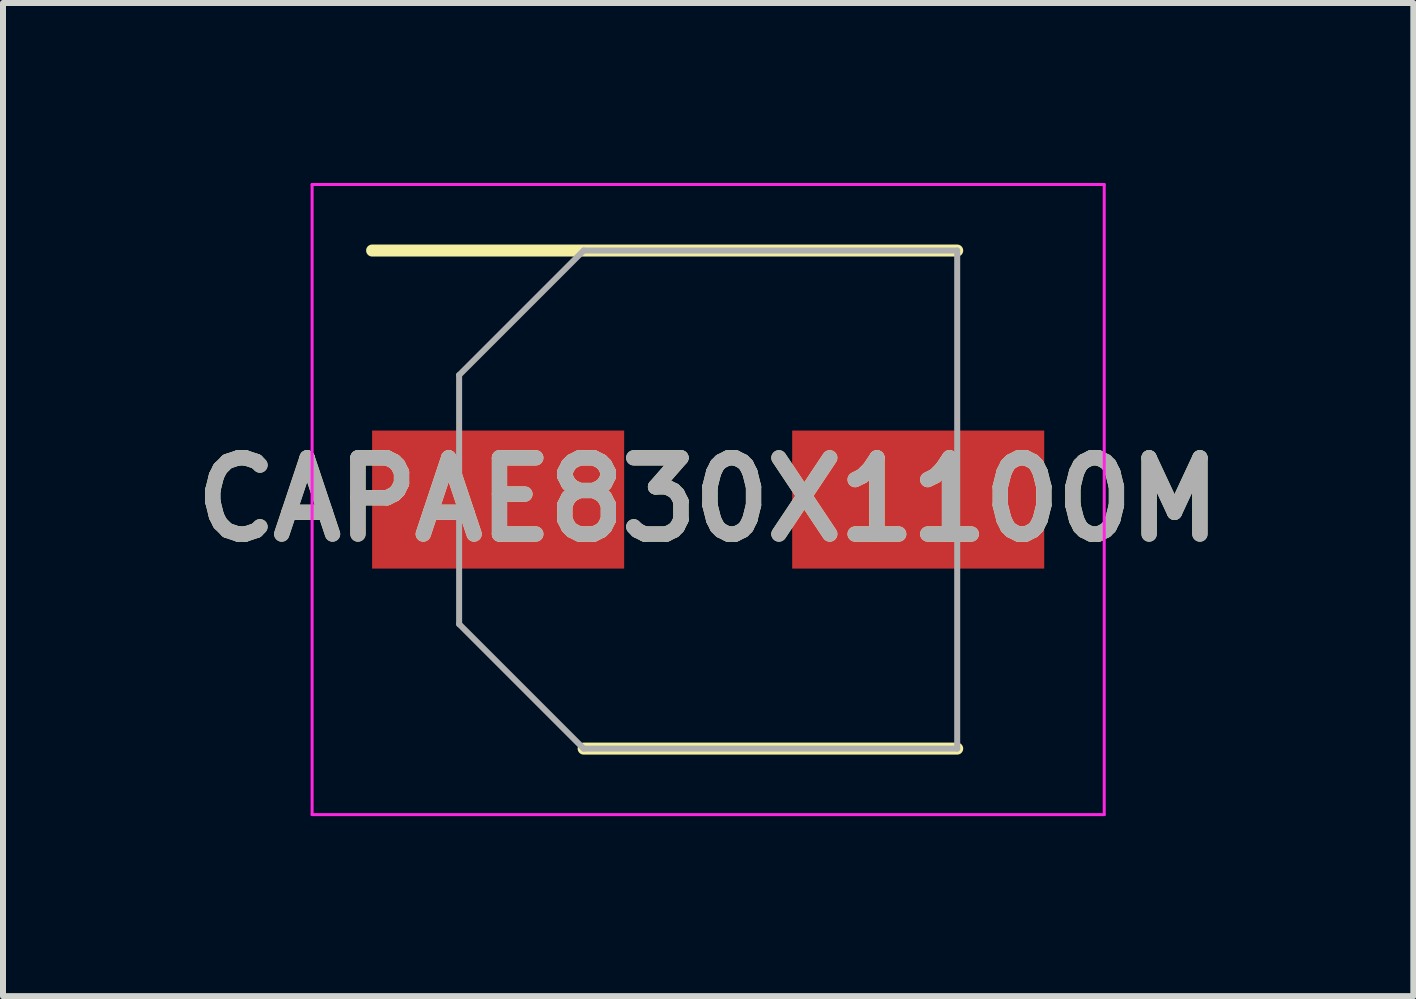
<source format=kicad_pcb>
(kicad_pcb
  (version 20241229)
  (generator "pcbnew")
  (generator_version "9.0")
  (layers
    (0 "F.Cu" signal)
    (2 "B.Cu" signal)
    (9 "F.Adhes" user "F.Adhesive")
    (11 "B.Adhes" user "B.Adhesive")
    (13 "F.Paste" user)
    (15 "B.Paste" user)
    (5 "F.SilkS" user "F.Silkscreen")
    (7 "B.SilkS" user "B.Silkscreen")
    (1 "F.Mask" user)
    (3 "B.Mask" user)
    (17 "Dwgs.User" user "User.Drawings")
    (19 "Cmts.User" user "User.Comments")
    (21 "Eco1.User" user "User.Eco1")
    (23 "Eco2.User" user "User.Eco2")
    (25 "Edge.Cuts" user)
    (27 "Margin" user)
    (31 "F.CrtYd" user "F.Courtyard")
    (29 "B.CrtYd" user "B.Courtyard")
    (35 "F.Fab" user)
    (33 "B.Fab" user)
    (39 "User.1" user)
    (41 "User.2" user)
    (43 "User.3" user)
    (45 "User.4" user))
  (footprint "CAPAE830X1100M"
    (layer "F.Cu")
    (at 8.751 5.275)
    (property "Reference" "CAPAE830X1100M" (at 0 0 0) (layer "F.SilkS") (effects (font (size 1.27 1.27) (thickness 0.254))))
    (attr smd)
    (fp_line (start -5.6 -4.15) (end 4.15 -4.15) (stroke (width 0.2) (type solid)) (layer "F.SilkS"))
    (fp_line (start -2.075 4.15) (end 4.15 4.15) (stroke (width 0.2) (type solid)) (layer "F.SilkS"))
    (fp_line (start -6.6 -5.25) (end 6.6 -5.25) (stroke (width 0.05) (type solid)) (layer "F.CrtYd"))
    (fp_line (start -6.6 5.25) (end -6.6 -5.25) (stroke (width 0.05) (type solid)) (layer "F.CrtYd"))
    (fp_line (start 6.6 -5.25) (end 6.6 5.25) (stroke (width 0.05) (type solid)) (layer "F.CrtYd"))
    (fp_line (start 6.6 5.25) (end -6.6 5.25) (stroke (width 0.05) (type solid)) (layer "F.CrtYd"))
    (fp_line (start -4.15 -2.075) (end -4.15 2.075) (stroke (width 0.1) (type solid)) (layer "F.Fab"))
    (fp_line (start -4.15 2.075) (end -2.075 4.15) (stroke (width 0.1) (type solid)) (layer "F.Fab"))
    (fp_line (start -2.075 -4.15) (end -4.15 -2.075) (stroke (width 0.1) (type solid)) (layer "F.Fab"))
    (fp_line (start -2.075 4.15) (end 4.15 4.15) (stroke (width 0.1) (type solid)) (layer "F.Fab"))
    (fp_line (start 4.15 -4.15) (end -2.075 -4.15) (stroke (width 0.1) (type solid)) (layer "F.Fab"))
    (fp_line (start 4.15 4.15) (end 4.15 -4.15) (stroke (width 0.1) (type solid)) (layer "F.Fab"))
    (fp_text user "${REFERENCE}" (at 0 0 0) (layer "F.Fab") (effects (font (size 1.27 1.27) (thickness 0.254))))
    (pad "1" smd rect (at -3.5 0 90) (size 2.3 4.2) (layers "F.Cu" "F.Mask" "F.Paste"))
    (pad "2" smd rect (at 3.5 0 90) (size 2.3 4.2) (layers "F.Cu" "F.Mask" "F.Paste")))
  (gr_rect
    (start -3 -3)
    (end 20.502 13.55)
    (stroke (width 0.1) (type default))
    (fill no)
    (layer "Edge.Cuts")))
</source>
